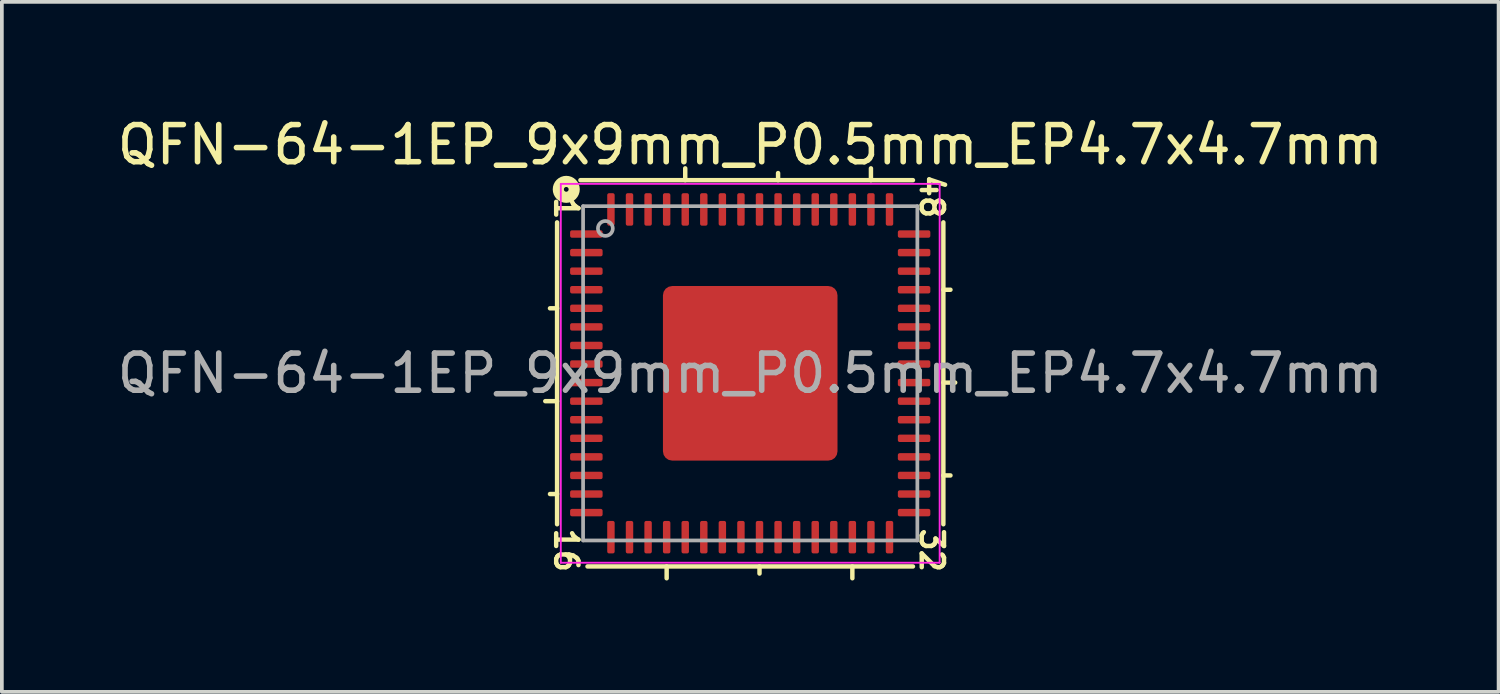
<source format=kicad_pcb>
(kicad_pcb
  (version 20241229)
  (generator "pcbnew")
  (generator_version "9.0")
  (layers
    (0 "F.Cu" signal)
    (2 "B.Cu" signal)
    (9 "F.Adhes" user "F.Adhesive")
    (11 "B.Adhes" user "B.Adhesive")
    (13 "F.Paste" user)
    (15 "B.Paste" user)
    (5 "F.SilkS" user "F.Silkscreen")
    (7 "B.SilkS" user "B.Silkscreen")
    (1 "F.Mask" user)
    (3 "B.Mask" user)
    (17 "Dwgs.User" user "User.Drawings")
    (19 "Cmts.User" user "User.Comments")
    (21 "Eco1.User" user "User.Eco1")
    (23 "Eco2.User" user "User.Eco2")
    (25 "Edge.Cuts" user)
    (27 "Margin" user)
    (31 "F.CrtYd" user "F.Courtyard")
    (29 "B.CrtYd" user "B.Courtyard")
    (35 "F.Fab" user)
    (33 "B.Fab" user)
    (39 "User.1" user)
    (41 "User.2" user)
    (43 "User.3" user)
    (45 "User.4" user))
  (footprint "QFN-64-1EP_9x9mm_P0.5mm_EP4.7x4.7mm"
    (layer "F.Cu")
    (at 17.149 7.001)
    (property "Reference" "QFN-64-1EP_9x9mm_P0.5mm_EP4.7x4.7mm" (at 0 -6.152 0) (layer "F.SilkS") (effects (font (size 1 1) (thickness 0.15))))
    (attr smd)
    (fp_line (start -5.2 -4.064) (end -5.2 4.064) (stroke (width 0.12) (type solid)) (layer "F.SilkS"))
    (fp_line (start -5.2 -1.75) (end -5.391 -1.75) (stroke (width 0.12) (type solid)) (layer "F.SilkS"))
    (fp_line (start -5.2 0.75) (end -5.518 0.75) (stroke (width 0.12) (type solid)) (layer "F.SilkS"))
    (fp_line (start -5.2 3.25) (end -5.391 3.25) (stroke (width 0.12) (type solid)) (layer "F.SilkS"))
    (fp_line (start -4.381 5.2) (end 4.381 5.2) (stroke (width 0.12) (type solid)) (layer "F.SilkS"))
    (fp_line (start -2.25 5.2) (end -2.25 5.518) (stroke (width 0.12) (type solid)) (layer "F.SilkS"))
    (fp_line (start -1.75 -5.2) (end -1.75 -5.518) (stroke (width 0.12) (type solid)) (layer "F.SilkS"))
    (fp_line (start 0.25 5.2) (end 0.25 5.391) (stroke (width 0.12) (type solid)) (layer "F.SilkS"))
    (fp_line (start 0.75 -5.2) (end 0.75 -5.391) (stroke (width 0.12) (type solid)) (layer "F.SilkS"))
    (fp_line (start 2.75 5.2) (end 2.75 5.518) (stroke (width 0.12) (type solid)) (layer "F.SilkS"))
    (fp_line (start 3.25 -5.2) (end 3.25 -5.518) (stroke (width 0.12) (type solid)) (layer "F.SilkS"))
    (fp_line (start 4.381 -5.2) (end -4.572 -5.2) (stroke (width 0.12) (type solid)) (layer "F.SilkS"))
    (fp_line (start 5.2 -2.25) (end 5.391 -2.25) (stroke (width 0.12) (type solid)) (layer "F.SilkS"))
    (fp_line (start 5.2 0.25) (end 5.518 0.25) (stroke (width 0.12) (type solid)) (layer "F.SilkS"))
    (fp_line (start 5.2 2.75) (end 5.391 2.75) (stroke (width 0.12) (type solid)) (layer "F.SilkS"))
    (fp_line (start 5.2 4.064) (end 5.2 -4.064) (stroke (width 0.12) (type solid)) (layer "F.SilkS"))
    (fp_circle (center -4.953 -4.953) (end -4.889 -4.953) (stroke (width 0.3) (type solid)) (fill no) (layer "F.SilkS"))
    (fp_line (start -5.1 -5.1) (end -5.1 5.1) (stroke (width 0.05) (type solid)) (layer "F.CrtYd"))
    (fp_line (start -5.1 5.1) (end 5.1 5.1) (stroke (width 0.05) (type solid)) (layer "F.CrtYd"))
    (fp_line (start 5.1 -5.1) (end -5.1 -5.1) (stroke (width 0.05) (type solid)) (layer "F.CrtYd"))
    (fp_line (start 5.1 5.1) (end 5.1 -5.1) (stroke (width 0.05) (type solid)) (layer "F.CrtYd"))
    (fp_line (start -4.5 -4.5) (end 4.5 -4.5) (stroke (width 0.1) (type solid)) (layer "F.Fab"))
    (fp_line (start -4.5 4.5) (end -4.5 -4.5) (stroke (width 0.1) (type solid)) (layer "F.Fab"))
    (fp_line (start 4.5 -4.5) (end 4.5 4.5) (stroke (width 0.1) (type solid)) (layer "F.Fab"))
    (fp_line (start 4.5 4.5) (end -4.5 4.5) (stroke (width 0.1) (type solid)) (layer "F.Fab"))
    (fp_circle (center -3.9 -3.9) (end -3.7 -3.9) (stroke (width 0.1) (type solid)) (fill no) (layer "F.Fab"))
    (fp_text user "1" (at -4.953 -4.445 270) (unlocked yes) (layer "F.SilkS") (effects (font (size 0.6 0.6) (thickness 0.12))))
    (fp_text user "48" (at 4.889 -4.763 270) (unlocked yes) (layer "F.SilkS") (effects (font (size 0.6 0.6) (thickness 0.12))))
    (fp_text user "16" (at -4.953 4.763 270) (unlocked yes) (layer "F.SilkS") (effects (font (size 0.6 0.6) (thickness 0.12))))
    (fp_text user "32" (at 4.889 4.763 270) (unlocked yes) (layer "F.SilkS") (effects (font (size 0.6 0.6) (thickness 0.12))))
    (fp_text user "${REFERENCE}" (at 0 0 0) (layer "F.Fab") (effects (font (size 1 1) (thickness 0.15))))
    (pad "" smd roundrect (at -1.57 -1.57) (size 1.26 1.26) (layers "F.Paste") (roundrect_rratio 0.198))
    (pad "" smd roundrect (at -1.57 0) (size 1.26 1.26) (layers "F.Paste") (roundrect_rratio 0.198))
    (pad "" smd roundrect (at -1.57 1.57) (size 1.26 1.26) (layers "F.Paste") (roundrect_rratio 0.198))
    (pad "" smd roundrect (at 0 -1.57) (size 1.26 1.26) (layers "F.Paste") (roundrect_rratio 0.198))
    (pad "" smd roundrect (at 0 0) (size 1.26 1.26) (layers "F.Paste") (roundrect_rratio 0.198))
    (pad "" smd roundrect (at 0 1.57) (size 1.26 1.26) (layers "F.Paste") (roundrect_rratio 0.198))
    (pad "" smd roundrect (at 1.57 -1.57) (size 1.26 1.26) (layers "F.Paste") (roundrect_rratio 0.198))
    (pad "" smd roundrect (at 1.57 0) (size 1.26 1.26) (layers "F.Paste") (roundrect_rratio 0.198))
    (pad "" smd roundrect (at 1.57 1.57) (size 1.26 1.26) (layers "F.Paste") (roundrect_rratio 0.198))
    (pad "1" smd roundrect (at -4.412 -3.75) (size 0.875 0.2) (layers "F.Cu" "F.Mask" "F.Paste") (roundrect_rratio 0.25))
    (pad "2" smd roundrect (at -4.412 -3.25) (size 0.875 0.2) (layers "F.Cu" "F.Mask" "F.Paste") (roundrect_rratio 0.25))
    (pad "3" smd roundrect (at -4.412 -2.75) (size 0.875 0.2) (layers "F.Cu" "F.Mask" "F.Paste") (roundrect_rratio 0.25))
    (pad "4" smd roundrect (at -4.412 -2.25) (size 0.875 0.2) (layers "F.Cu" "F.Mask" "F.Paste") (roundrect_rratio 0.25))
    (pad "5" smd roundrect (at -4.412 -1.75) (size 0.875 0.2) (layers "F.Cu" "F.Mask" "F.Paste") (roundrect_rratio 0.25))
    (pad "6" smd roundrect (at -4.412 -1.25) (size 0.875 0.2) (layers "F.Cu" "F.Mask" "F.Paste") (roundrect_rratio 0.25))
    (pad "7" smd roundrect (at -4.412 -0.75) (size 0.875 0.2) (layers "F.Cu" "F.Mask" "F.Paste") (roundrect_rratio 0.25))
    (pad "8" smd roundrect (at -4.412 -0.25) (size 0.875 0.2) (layers "F.Cu" "F.Mask" "F.Paste") (roundrect_rratio 0.25))
    (pad "9" smd roundrect (at -4.412 0.25) (size 0.875 0.2) (layers "F.Cu" "F.Mask" "F.Paste") (roundrect_rratio 0.25))
    (pad "10" smd roundrect (at -4.412 0.75) (size 0.875 0.2) (layers "F.Cu" "F.Mask" "F.Paste") (roundrect_rratio 0.25))
    (pad "11" smd roundrect (at -4.412 1.25) (size 0.875 0.2) (layers "F.Cu" "F.Mask" "F.Paste") (roundrect_rratio 0.25))
    (pad "12" smd roundrect (at -4.412 1.75) (size 0.875 0.2) (layers "F.Cu" "F.Mask" "F.Paste") (roundrect_rratio 0.25))
    (pad "13" smd roundrect (at -4.412 2.25) (size 0.875 0.2) (layers "F.Cu" "F.Mask" "F.Paste") (roundrect_rratio 0.25))
    (pad "14" smd roundrect (at -4.412 2.75) (size 0.875 0.2) (layers "F.Cu" "F.Mask" "F.Paste") (roundrect_rratio 0.25))
    (pad "15" smd roundrect (at -4.412 3.25) (size 0.875 0.2) (layers "F.Cu" "F.Mask" "F.Paste") (roundrect_rratio 0.25))
    (pad "16" smd roundrect (at -4.412 3.75) (size 0.875 0.2) (layers "F.Cu" "F.Mask" "F.Paste") (roundrect_rratio 0.25))
    (pad "17" smd roundrect (at -3.75 4.412) (size 0.2 0.875) (layers "F.Cu" "F.Mask" "F.Paste") (roundrect_rratio 0.25))
    (pad "18" smd roundrect (at -3.25 4.412) (size 0.2 0.875) (layers "F.Cu" "F.Mask" "F.Paste") (roundrect_rratio 0.25))
    (pad "19" smd roundrect (at -2.75 4.412) (size 0.2 0.875) (layers "F.Cu" "F.Mask" "F.Paste") (roundrect_rratio 0.25))
    (pad "20" smd roundrect (at -2.25 4.412) (size 0.2 0.875) (layers "F.Cu" "F.Mask" "F.Paste") (roundrect_rratio 0.25))
    (pad "21" smd roundrect (at -1.75 4.412) (size 0.2 0.875) (layers "F.Cu" "F.Mask" "F.Paste") (roundrect_rratio 0.25))
    (pad "22" smd roundrect (at -1.25 4.412) (size 0.2 0.875) (layers "F.Cu" "F.Mask" "F.Paste") (roundrect_rratio 0.25))
    (pad "23" smd roundrect (at -0.75 4.412) (size 0.2 0.875) (layers "F.Cu" "F.Mask" "F.Paste") (roundrect_rratio 0.25))
    (pad "24" smd roundrect (at -0.25 4.412) (size 0.2 0.875) (layers "F.Cu" "F.Mask" "F.Paste") (roundrect_rratio 0.25))
    (pad "25" smd roundrect (at 0.25 4.412) (size 0.2 0.875) (layers "F.Cu" "F.Mask" "F.Paste") (roundrect_rratio 0.25))
    (pad "26" smd roundrect (at 0.75 4.412) (size 0.2 0.875) (layers "F.Cu" "F.Mask" "F.Paste") (roundrect_rratio 0.25))
    (pad "27" smd roundrect (at 1.25 4.412) (size 0.2 0.875) (layers "F.Cu" "F.Mask" "F.Paste") (roundrect_rratio 0.25))
    (pad "28" smd roundrect (at 1.75 4.412) (size 0.2 0.875) (layers "F.Cu" "F.Mask" "F.Paste") (roundrect_rratio 0.25))
    (pad "29" smd roundrect (at 2.25 4.412) (size 0.2 0.875) (layers "F.Cu" "F.Mask" "F.Paste") (roundrect_rratio 0.25))
    (pad "30" smd roundrect (at 2.75 4.412) (size 0.2 0.875) (layers "F.Cu" "F.Mask" "F.Paste") (roundrect_rratio 0.25))
    (pad "31" smd roundrect (at 3.25 4.412) (size 0.2 0.875) (layers "F.Cu" "F.Mask" "F.Paste") (roundrect_rratio 0.25))
    (pad "32" smd roundrect (at 3.75 4.412) (size 0.2 0.875) (layers "F.Cu" "F.Mask" "F.Paste") (roundrect_rratio 0.25))
    (pad "33" smd roundrect (at 4.412 3.75) (size 0.875 0.2) (layers "F.Cu" "F.Mask" "F.Paste") (roundrect_rratio 0.25))
    (pad "34" smd roundrect (at 4.412 3.25) (size 0.875 0.2) (layers "F.Cu" "F.Mask" "F.Paste") (roundrect_rratio 0.25))
    (pad "35" smd roundrect (at 4.412 2.75) (size 0.875 0.2) (layers "F.Cu" "F.Mask" "F.Paste") (roundrect_rratio 0.25))
    (pad "36" smd roundrect (at 4.412 2.25) (size 0.875 0.2) (layers "F.Cu" "F.Mask" "F.Paste") (roundrect_rratio 0.25))
    (pad "37" smd roundrect (at 4.412 1.75) (size 0.875 0.2) (layers "F.Cu" "F.Mask" "F.Paste") (roundrect_rratio 0.25))
    (pad "38" smd roundrect (at 4.412 1.25) (size 0.875 0.2) (layers "F.Cu" "F.Mask" "F.Paste") (roundrect_rratio 0.25))
    (pad "39" smd roundrect (at 4.412 0.75) (size 0.875 0.2) (layers "F.Cu" "F.Mask" "F.Paste") (roundrect_rratio 0.25))
    (pad "40" smd roundrect (at 4.412 0.25) (size 0.875 0.2) (layers "F.Cu" "F.Mask" "F.Paste") (roundrect_rratio 0.25))
    (pad "41" smd roundrect (at 4.412 -0.25) (size 0.875 0.2) (layers "F.Cu" "F.Mask" "F.Paste") (roundrect_rratio 0.25))
    (pad "42" smd roundrect (at 4.412 -0.75) (size 0.875 0.2) (layers "F.Cu" "F.Mask" "F.Paste") (roundrect_rratio 0.25))
    (pad "43" smd roundrect (at 4.412 -1.25) (size 0.875 0.2) (layers "F.Cu" "F.Mask" "F.Paste") (roundrect_rratio 0.25))
    (pad "44" smd roundrect (at 4.412 -1.75) (size 0.875 0.2) (layers "F.Cu" "F.Mask" "F.Paste") (roundrect_rratio 0.25))
    (pad "45" smd roundrect (at 4.412 -2.25) (size 0.875 0.2) (layers "F.Cu" "F.Mask" "F.Paste") (roundrect_rratio 0.25))
    (pad "46" smd roundrect (at 4.412 -2.75) (size 0.875 0.2) (layers "F.Cu" "F.Mask" "F.Paste") (roundrect_rratio 0.25))
    (pad "47" smd roundrect (at 4.412 -3.25) (size 0.875 0.2) (layers "F.Cu" "F.Mask" "F.Paste") (roundrect_rratio 0.25))
    (pad "48" smd roundrect (at 4.412 -3.75) (size 0.875 0.2) (layers "F.Cu" "F.Mask" "F.Paste") (roundrect_rratio 0.25))
    (pad "49" smd roundrect (at 3.75 -4.412) (size 0.2 0.875) (layers "F.Cu" "F.Mask" "F.Paste") (roundrect_rratio 0.25))
    (pad "50" smd roundrect (at 3.25 -4.412) (size 0.2 0.875) (layers "F.Cu" "F.Mask" "F.Paste") (roundrect_rratio 0.25))
    (pad "51" smd roundrect (at 2.75 -4.412) (size 0.2 0.875) (layers "F.Cu" "F.Mask" "F.Paste") (roundrect_rratio 0.25))
    (pad "52" smd roundrect (at 2.25 -4.412) (size 0.2 0.875) (layers "F.Cu" "F.Mask" "F.Paste") (roundrect_rratio 0.25))
    (pad "53" smd roundrect (at 1.75 -4.412) (size 0.2 0.875) (layers "F.Cu" "F.Mask" "F.Paste") (roundrect_rratio 0.25))
    (pad "54" smd roundrect (at 1.25 -4.412) (size 0.2 0.875) (layers "F.Cu" "F.Mask" "F.Paste") (roundrect_rratio 0.25))
    (pad "55" smd roundrect (at 0.75 -4.412) (size 0.2 0.875) (layers "F.Cu" "F.Mask" "F.Paste") (roundrect_rratio 0.25))
    (pad "56" smd roundrect (at 0.25 -4.412) (size 0.2 0.875) (layers "F.Cu" "F.Mask" "F.Paste") (roundrect_rratio 0.25))
    (pad "57" smd roundrect (at -0.25 -4.412) (size 0.2 0.875) (layers "F.Cu" "F.Mask" "F.Paste") (roundrect_rratio 0.25))
    (pad "58" smd roundrect (at -0.75 -4.412) (size 0.2 0.875) (layers "F.Cu" "F.Mask" "F.Paste") (roundrect_rratio 0.25))
    (pad "59" smd roundrect (at -1.25 -4.412) (size 0.2 0.875) (layers "F.Cu" "F.Mask" "F.Paste") (roundrect_rratio 0.25))
    (pad "60" smd roundrect (at -1.75 -4.412) (size 0.2 0.875) (layers "F.Cu" "F.Mask" "F.Paste") (roundrect_rratio 0.25))
    (pad "61" smd roundrect (at -2.25 -4.412) (size 0.2 0.875) (layers "F.Cu" "F.Mask" "F.Paste") (roundrect_rratio 0.25))
    (pad "62" smd roundrect (at -2.75 -4.412) (size 0.2 0.875) (layers "F.Cu" "F.Mask" "F.Paste") (roundrect_rratio 0.25))
    (pad "63" smd roundrect (at -3.25 -4.412) (size 0.2 0.875) (layers "F.Cu" "F.Mask" "F.Paste") (roundrect_rratio 0.25))
    (pad "64" smd roundrect (at -3.75 -4.412) (size 0.2 0.875) (layers "F.Cu" "F.Mask" "F.Paste") (roundrect_rratio 0.25))
    (pad "65" smd roundrect (at 0 0) (size 4.7 4.7) (layers "F.Cu" "F.Mask") (roundrect_rratio 0.053)))
  (gr_rect
    (start -3 -3)
    (end 37.298 15.578)
    (stroke (width 0.1) (type default))
    (fill no)
    (layer "Edge.Cuts")))
</source>
